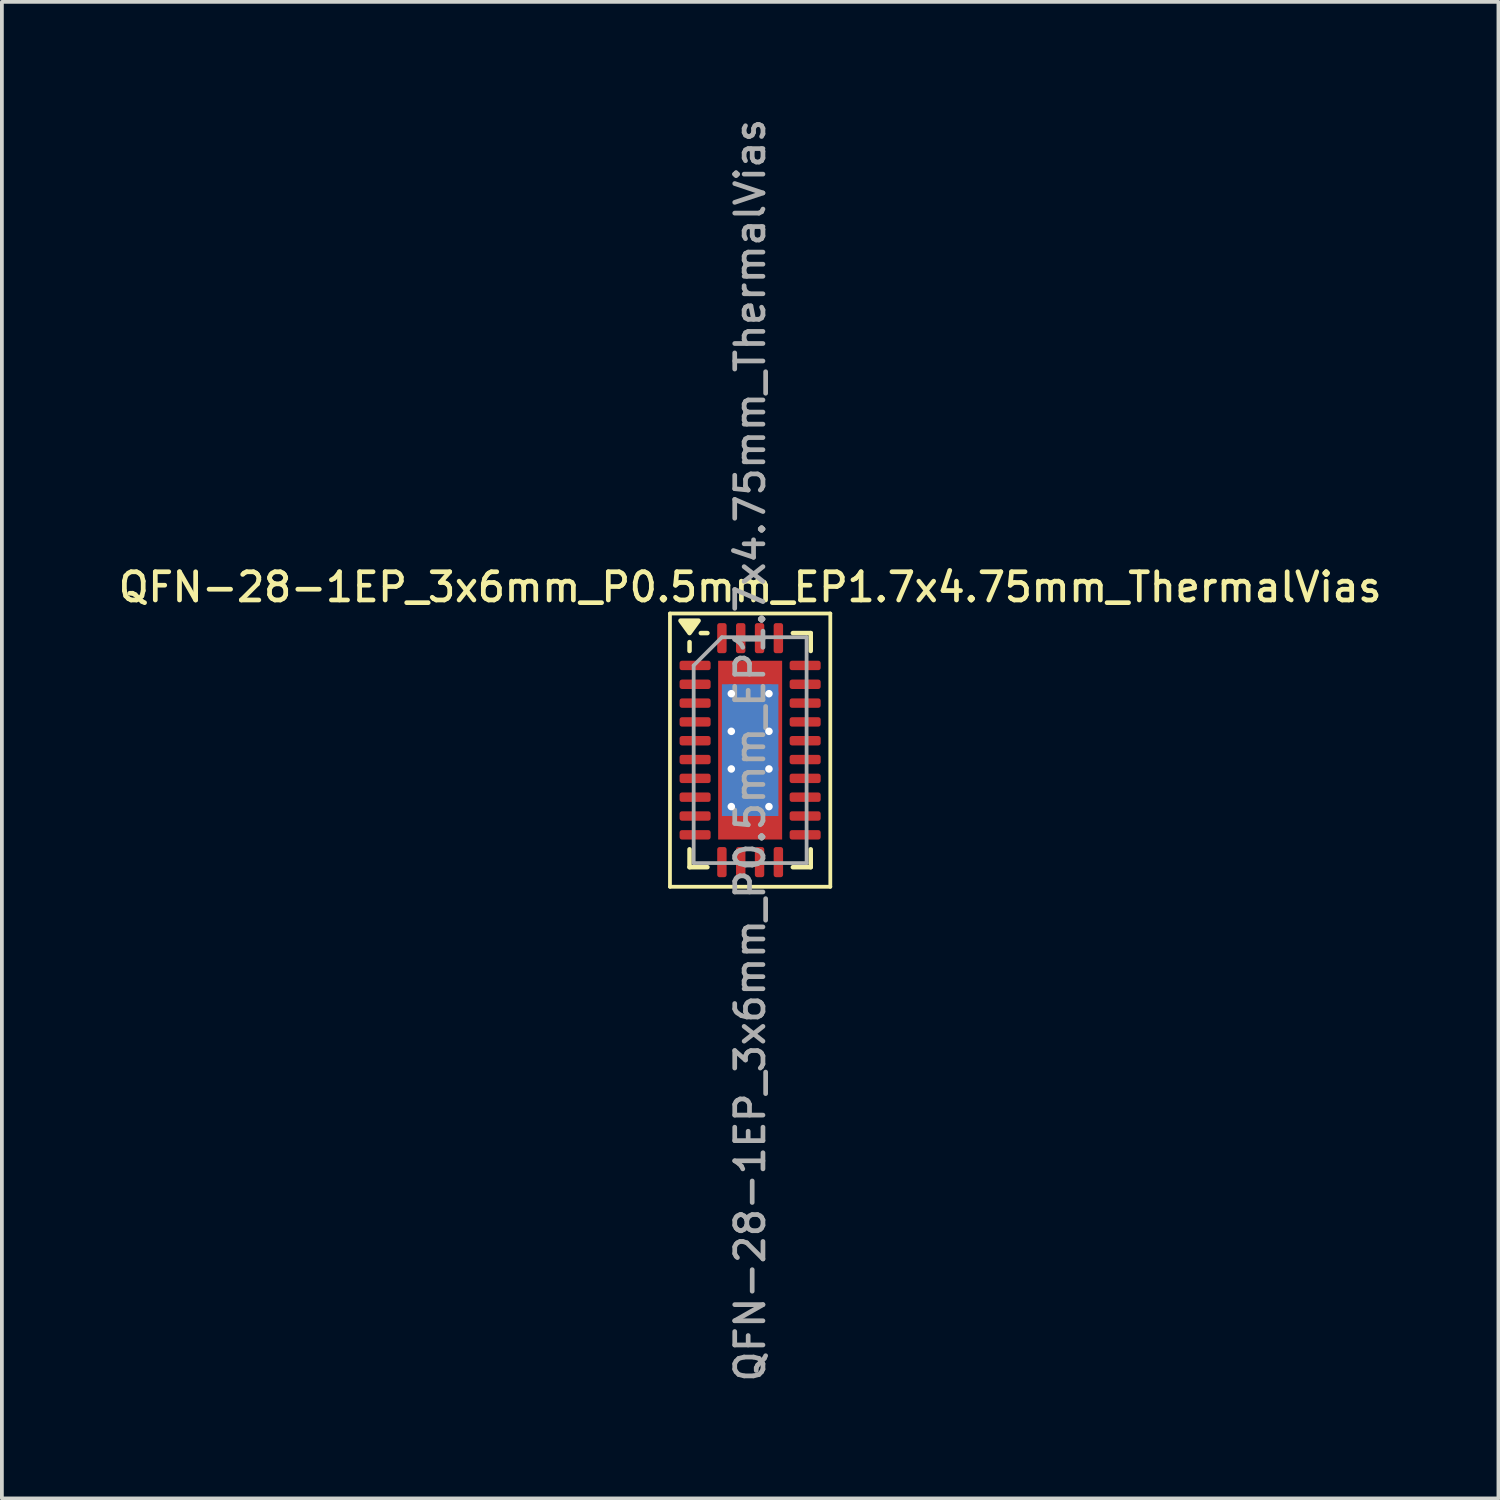
<source format=kicad_pcb>
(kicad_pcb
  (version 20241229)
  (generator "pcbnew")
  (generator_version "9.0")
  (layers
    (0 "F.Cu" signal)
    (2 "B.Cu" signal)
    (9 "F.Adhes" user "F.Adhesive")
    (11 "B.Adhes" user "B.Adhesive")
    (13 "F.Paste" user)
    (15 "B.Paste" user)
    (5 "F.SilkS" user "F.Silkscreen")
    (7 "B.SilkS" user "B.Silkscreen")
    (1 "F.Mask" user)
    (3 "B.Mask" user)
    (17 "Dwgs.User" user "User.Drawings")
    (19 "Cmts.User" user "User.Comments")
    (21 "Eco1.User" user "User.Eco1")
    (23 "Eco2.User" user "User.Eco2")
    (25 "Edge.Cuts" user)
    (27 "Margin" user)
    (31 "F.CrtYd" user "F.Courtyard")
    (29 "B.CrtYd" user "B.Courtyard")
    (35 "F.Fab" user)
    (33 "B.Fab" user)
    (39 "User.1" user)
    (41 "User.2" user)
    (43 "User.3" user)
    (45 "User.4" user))
  (footprint "QFN-28-1EP_3x6mm_P0.5mm_EP1.7x4.75mm_ThermalVias"
    (layer "F.Cu")
    (at 16.88 16.88)
    (property "Reference" "QFN-28-1EP_3x6mm_P0.5mm_EP1.7x4.75mm_ThermalVias" (at 0 -4.33 0) (layer "F.SilkS") (effects (font (size 0.75 0.75) (thickness 0.125))))
    (attr smd)
    (fp_line (start -2.13 -3.63) (end -2.13 3.63) (stroke (width 0.1) (type solid)) (layer "F.SilkS"))
    (fp_line (start -2.13 3.63) (end 2.13 3.63) (stroke (width 0.1) (type solid)) (layer "F.SilkS"))
    (fp_line (start -1.61 -2.635) (end -1.61 -2.87) (stroke (width 0.12) (type solid)) (layer "F.SilkS"))
    (fp_line (start -1.61 3.11) (end -1.61 2.635) (stroke (width 0.12) (type solid)) (layer "F.SilkS"))
    (fp_line (start -1.135 -3.11) (end -1.31 -3.11) (stroke (width 0.12) (type solid)) (layer "F.SilkS"))
    (fp_line (start -1.135 3.11) (end -1.61 3.11) (stroke (width 0.12) (type solid)) (layer "F.SilkS"))
    (fp_line (start 1.135 -3.11) (end 1.61 -3.11) (stroke (width 0.12) (type solid)) (layer "F.SilkS"))
    (fp_line (start 1.135 3.11) (end 1.61 3.11) (stroke (width 0.12) (type solid)) (layer "F.SilkS"))
    (fp_line (start 1.61 -3.11) (end 1.61 -2.635) (stroke (width 0.12) (type solid)) (layer "F.SilkS"))
    (fp_line (start 1.61 3.11) (end 1.61 2.635) (stroke (width 0.12) (type solid)) (layer "F.SilkS"))
    (fp_line (start 2.13 -3.63) (end -2.13 -3.63) (stroke (width 0.1) (type solid)) (layer "F.SilkS"))
    (fp_line (start 2.13 3.63) (end 2.13 -3.63) (stroke (width 0.1) (type solid)) (layer "F.SilkS"))
    (fp_poly (pts (xy -1.61 -3.11) (xy -1.85 -3.44) (xy -1.37 -3.44) (xy -1.61 -3.11)) (stroke (width 0.12) (type solid)) (fill yes) (layer "F.SilkS"))
    (fp_line (start -1.5 -2.25) (end -0.75 -3) (stroke (width 0.1) (type solid)) (layer "F.Fab"))
    (fp_line (start -1.5 3) (end -1.5 -2.25) (stroke (width 0.1) (type solid)) (layer "F.Fab"))
    (fp_line (start -0.75 -3) (end 1.5 -3) (stroke (width 0.1) (type solid)) (layer "F.Fab"))
    (fp_line (start 1.5 -3) (end 1.5 3) (stroke (width 0.1) (type solid)) (layer "F.Fab"))
    (fp_line (start 1.5 3) (end -1.5 3) (stroke (width 0.1) (type solid)) (layer "F.Fab"))
    (fp_text user "${REFERENCE}" (at 0 0 90) (layer "F.Fab") (effects (font (size 0.75 0.75) (thickness 0.125))))
    (pad "" smd custom (at -0.675 -1.938) (size 0.166 0.166) (layers "F.Paste") (options (anchor circle)) (primitives (gr_poly (pts (xy -0.082 -0.294) (xy 0.082 -0.294) (xy 0.082 0.164) (xy -0.048 0.294) (xy -0.082 0.294)) (width 0.118) (fill yes))))
    (pad "" smd custom (at -0.675 -1) (size 0.175 0.175) (layers "F.Paste") (options (anchor circle)) (primitives (gr_poly (pts (xy -0.076 -0.338) (xy -0.038 -0.338) (xy 0.076 -0.224) (xy 0.076 0.224) (xy -0.038 0.338) (xy -0.076 0.338)) (width 0.13) (fill yes))))
    (pad "" smd custom (at -0.675 0) (size 0.175 0.175) (layers "F.Paste") (options (anchor circle)) (primitives (gr_poly (pts (xy -0.076 -0.338) (xy -0.038 -0.338) (xy 0.076 -0.224) (xy 0.076 0.224) (xy -0.038 0.338) (xy -0.076 0.338)) (width 0.13) (fill yes))))
    (pad "" smd custom (at -0.675 1) (size 0.175 0.175) (layers "F.Paste") (options (anchor circle)) (primitives (gr_poly (pts (xy -0.076 -0.338) (xy -0.038 -0.338) (xy 0.076 -0.224) (xy 0.076 0.224) (xy -0.038 0.338) (xy -0.076 0.338)) (width 0.13) (fill yes))))
    (pad "" smd custom (at -0.675 1.938) (size 0.166 0.166) (layers "F.Paste") (options (anchor circle)) (primitives (gr_poly (pts (xy -0.082 -0.294) (xy -0.048 -0.294) (xy 0.082 -0.164) (xy 0.082 0.294) (xy -0.082 0.294)) (width 0.118) (fill yes))))
    (pad "" smd roundrect (at 0 -1.938) (size 0.806 0.705) (layers "F.Paste") (roundrect_rratio 0.25))
    (pad "" smd roundrect (at 0 -1) (size 0.806 0.806) (layers "F.Paste") (roundrect_rratio 0.25))
    (pad "" smd roundrect (at 0 0) (size 0.806 0.806) (layers "F.Paste") (roundrect_rratio 0.25))
    (pad "" smd roundrect (at 0 1) (size 0.806 0.806) (layers "F.Paste") (roundrect_rratio 0.25))
    (pad "" smd roundrect (at 0 1.938) (size 0.806 0.705) (layers "F.Paste") (roundrect_rratio 0.25))
    (pad "" smd custom (at 0.675 -1.938) (size 0.166 0.166) (layers "F.Paste") (options (anchor circle)) (primitives (gr_poly (pts (xy -0.082 -0.294) (xy 0.082 -0.294) (xy 0.082 0.294) (xy 0.048 0.294) (xy -0.082 0.164)) (width 0.118) (fill yes))))
    (pad "" smd custom (at 0.675 -1) (size 0.175 0.175) (layers "F.Paste") (options (anchor circle)) (primitives (gr_poly (pts (xy -0.076 -0.224) (xy 0.038 -0.338) (xy 0.076 -0.338) (xy 0.076 0.338) (xy 0.038 0.338) (xy -0.076 0.224)) (width 0.13) (fill yes))))
    (pad "" smd custom (at 0.675 0) (size 0.175 0.175) (layers "F.Paste") (options (anchor circle)) (primitives (gr_poly (pts (xy -0.076 -0.224) (xy 0.038 -0.338) (xy 0.076 -0.338) (xy 0.076 0.338) (xy 0.038 0.338) (xy -0.076 0.224)) (width 0.13) (fill yes))))
    (pad "" smd custom (at 0.675 1) (size 0.175 0.175) (layers "F.Paste") (options (anchor circle)) (primitives (gr_poly (pts (xy -0.076 -0.224) (xy 0.038 -0.338) (xy 0.076 -0.338) (xy 0.076 0.338) (xy 0.038 0.338) (xy -0.076 0.224)) (width 0.13) (fill yes))))
    (pad "" smd custom (at 0.675 1.938) (size 0.166 0.166) (layers "F.Paste") (options (anchor circle)) (primitives (gr_poly (pts (xy -0.082 -0.164) (xy 0.048 -0.294) (xy 0.082 -0.294) (xy 0.082 0.294) (xy -0.082 0.294)) (width 0.118) (fill yes))))
    (pad "1" smd roundrect (at -1.462 -2.25) (size 0.825 0.25) (layers "F.Cu" "F.Mask" "F.Paste") (roundrect_rratio 0.25))
    (pad "2" smd roundrect (at -1.462 -1.75) (size 0.825 0.25) (layers "F.Cu" "F.Mask" "F.Paste") (roundrect_rratio 0.25))
    (pad "3" smd roundrect (at -1.462 -1.25) (size 0.825 0.25) (layers "F.Cu" "F.Mask" "F.Paste") (roundrect_rratio 0.25))
    (pad "4" smd roundrect (at -1.462 -0.75) (size 0.825 0.25) (layers "F.Cu" "F.Mask" "F.Paste") (roundrect_rratio 0.25))
    (pad "5" smd roundrect (at -1.462 -0.25) (size 0.825 0.25) (layers "F.Cu" "F.Mask" "F.Paste") (roundrect_rratio 0.25))
    (pad "6" smd roundrect (at -1.462 0.25) (size 0.825 0.25) (layers "F.Cu" "F.Mask" "F.Paste") (roundrect_rratio 0.25))
    (pad "7" smd roundrect (at -1.462 0.75) (size 0.825 0.25) (layers "F.Cu" "F.Mask" "F.Paste") (roundrect_rratio 0.25))
    (pad "8" smd roundrect (at -1.462 1.25) (size 0.825 0.25) (layers "F.Cu" "F.Mask" "F.Paste") (roundrect_rratio 0.25))
    (pad "9" smd roundrect (at -1.462 1.75) (size 0.825 0.25) (layers "F.Cu" "F.Mask" "F.Paste") (roundrect_rratio 0.25))
    (pad "10" smd roundrect (at -1.462 2.25) (size 0.825 0.25) (layers "F.Cu" "F.Mask" "F.Paste") (roundrect_rratio 0.25))
    (pad "11" smd roundrect (at -0.75 2.975) (size 0.25 0.8) (layers "F.Cu" "F.Mask" "F.Paste") (roundrect_rratio 0.25))
    (pad "12" smd roundrect (at -0.25 2.975) (size 0.25 0.8) (layers "F.Cu" "F.Mask" "F.Paste") (roundrect_rratio 0.25))
    (pad "13" smd roundrect (at 0.25 2.975) (size 0.25 0.8) (layers "F.Cu" "F.Mask" "F.Paste") (roundrect_rratio 0.25))
    (pad "14" smd roundrect (at 0.75 2.975) (size 0.25 0.8) (layers "F.Cu" "F.Mask" "F.Paste") (roundrect_rratio 0.25))
    (pad "15" smd roundrect (at 1.462 2.25) (size 0.825 0.25) (layers "F.Cu" "F.Mask" "F.Paste") (roundrect_rratio 0.25))
    (pad "16" smd roundrect (at 1.462 1.75) (size 0.825 0.25) (layers "F.Cu" "F.Mask" "F.Paste") (roundrect_rratio 0.25))
    (pad "17" smd roundrect (at 1.462 1.25) (size 0.825 0.25) (layers "F.Cu" "F.Mask" "F.Paste") (roundrect_rratio 0.25))
    (pad "18" smd roundrect (at 1.462 0.75) (size 0.825 0.25) (layers "F.Cu" "F.Mask" "F.Paste") (roundrect_rratio 0.25))
    (pad "19" smd roundrect (at 1.462 0.25) (size 0.825 0.25) (layers "F.Cu" "F.Mask" "F.Paste") (roundrect_rratio 0.25))
    (pad "20" smd roundrect (at 1.462 -0.25) (size 0.825 0.25) (layers "F.Cu" "F.Mask" "F.Paste") (roundrect_rratio 0.25))
    (pad "21" smd roundrect (at 1.462 -0.75) (size 0.825 0.25) (layers "F.Cu" "F.Mask" "F.Paste") (roundrect_rratio 0.25))
    (pad "22" smd roundrect (at 1.462 -1.25) (size 0.825 0.25) (layers "F.Cu" "F.Mask" "F.Paste") (roundrect_rratio 0.25))
    (pad "23" smd roundrect (at 1.462 -1.75) (size 0.825 0.25) (layers "F.Cu" "F.Mask" "F.Paste") (roundrect_rratio 0.25))
    (pad "24" smd roundrect (at 1.462 -2.25) (size 0.825 0.25) (layers "F.Cu" "F.Mask" "F.Paste") (roundrect_rratio 0.25))
    (pad "25" smd roundrect (at 0.75 -2.975) (size 0.25 0.8) (layers "F.Cu" "F.Mask" "F.Paste") (roundrect_rratio 0.25))
    (pad "26" smd roundrect (at 0.25 -2.975) (size 0.25 0.8) (layers "F.Cu" "F.Mask" "F.Paste") (roundrect_rratio 0.25))
    (pad "27" smd roundrect (at -0.25 -2.975) (size 0.25 0.8) (layers "F.Cu" "F.Mask" "F.Paste") (roundrect_rratio 0.25))
    (pad "28" smd roundrect (at -0.75 -2.975) (size 0.25 0.8) (layers "F.Cu" "F.Mask" "F.Paste") (roundrect_rratio 0.25))
    (pad "29" thru_hole circle (at -0.5 -1.5) (size 0.5 0.5) (drill 0.2) (property pad_prop_heatsink) (layers "*.Cu"))
    (pad "29" thru_hole circle (at -0.5 -0.5) (size 0.5 0.5) (drill 0.2) (property pad_prop_heatsink) (layers "*.Cu"))
    (pad "29" thru_hole circle (at -0.5 0.5) (size 0.5 0.5) (drill 0.2) (property pad_prop_heatsink) (layers "*.Cu"))
    (pad "29" thru_hole circle (at -0.5 1.5) (size 0.5 0.5) (drill 0.2) (property pad_prop_heatsink) (layers "*.Cu"))
    (pad "29" smd rect (at 0 0) (size 1.5 3.5) (property pad_prop_heatsink) (layers "B.Cu"))
    (pad "29" smd rect (at 0 0) (size 1.7 4.75) (property pad_prop_heatsink) (layers "F.Cu" "F.Mask"))
    (pad "29" thru_hole circle (at 0.5 -1.5) (size 0.5 0.5) (drill 0.2) (property pad_prop_heatsink) (layers "*.Cu"))
    (pad "29" thru_hole circle (at 0.5 -0.5) (size 0.5 0.5) (drill 0.2) (property pad_prop_heatsink) (layers "*.Cu"))
    (pad "29" thru_hole circle (at 0.5 0.5) (size 0.5 0.5) (drill 0.2) (property pad_prop_heatsink) (layers "*.Cu"))
    (pad "29" thru_hole circle (at 0.5 1.5) (size 0.5 0.5) (drill 0.2) (property pad_prop_heatsink) (layers "*.Cu")))
  (gr_rect
    (start -3 -3)
    (end 36.761 36.761)
    (stroke (width 0.1) (type default))
    (fill no)
    (layer "Edge.Cuts")))
</source>
